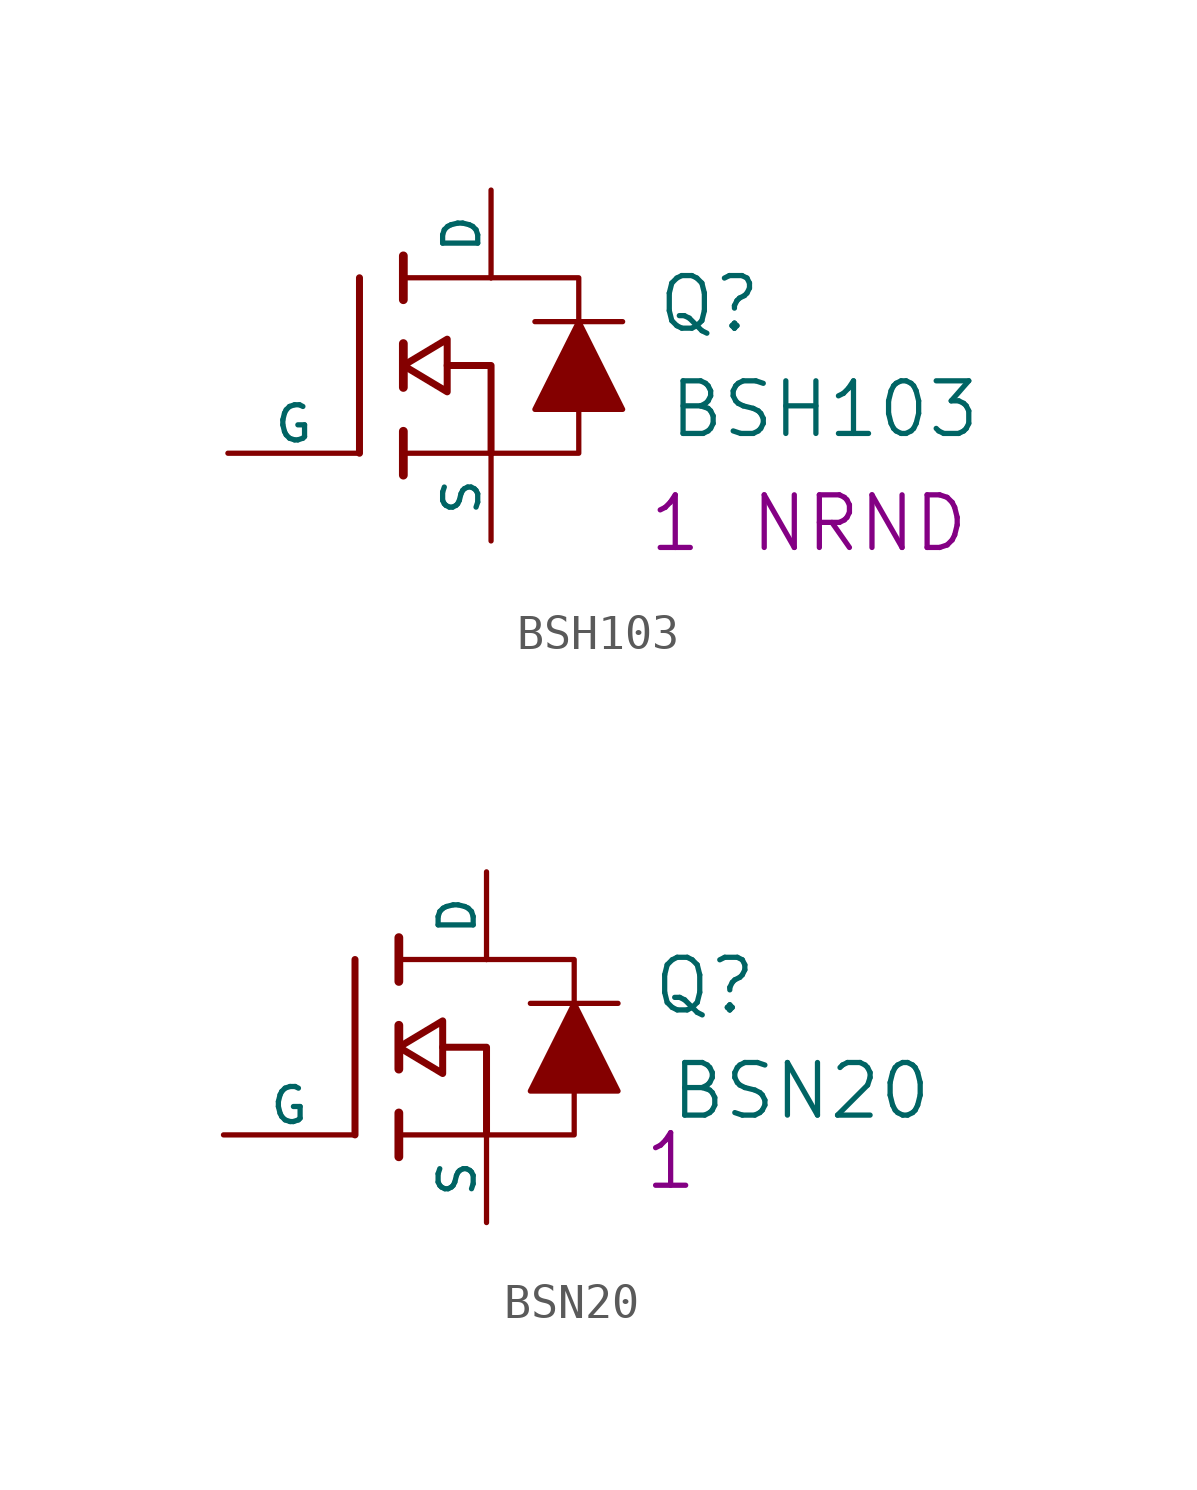
<source format=kicad_sym>
(kicad_symbol_lib
  (version 20201005)
  (generator kicad_symbol_editor)
  (symbol "S_Transistor:BSH103"
    (pin_numbers hide)
    (pin_names
      (offset 0))
    (property "Reference" "Q"
      (at 15.494 4.318 0)
      (effects (font (size 1.524 1.524)) (justify right)))
    (property "Value" "BSH103"
      (at 21.844 1.27 0)
      (effects (font (size 1.524 1.524)) (justify right)))
    (property "Qty" "1"
      (at 12.954 -2.032 0)
      (effects (font (size 1.524 1.524))))
    (property "Desc1" "NRND"
      (at 18.288 -2.032 0)
      (effects (font (size 1.524 1.524))))
    (symbol "BSH103_0_1"
      (polyline (pts (xy 3.81 0) (xy 3.81 5.08)) (stroke (width 0.203)) (fill (type none)))
      (polyline (pts (xy 5.08 -0.635) (xy 5.08 0.635)) (stroke (width 0.254)) (fill (type none)))
      (polyline (pts (xy 5.08 1.905) (xy 5.08 3.175)) (stroke (width 0.254)) (fill (type none)))
      (polyline (pts (xy 5.08 4.445) (xy 5.08 5.715)) (stroke (width 0.254)) (fill (type none)))
      (polyline (pts (xy 7.62 0) (xy 5.08 0)) (stroke (width 0)) (fill (type none)))
      (polyline (pts (xy 7.62 5.08) (xy 5.08 5.08)) (stroke (width 0)) (fill (type none)))
      (polyline (pts (xy 8.89 3.81) (xy 11.43 3.81)) (stroke (width 0)) (fill (type none)))
      (polyline (pts (xy 7.62 0) (xy 7.62 2.54) (xy 6.35 2.54)) (stroke (width 0.203)) (fill (type none)))
      (polyline (pts (xy 7.62 0) (xy 10.16 0) (xy 10.16 1.27)) (stroke (width 0)) (fill (type none)))
      (polyline (pts (xy 10.16 3.81) (xy 10.16 5.08) (xy 7.62 5.08)) (stroke (width 0)) (fill (type none)))
      (polyline (pts (xy 10.16 3.81) (xy 8.89 1.27) (xy 11.43 1.27) (xy 10.16 3.81)) (stroke (width 0)) (fill (type outline)))
      (polyline (pts (xy 6.35 3.302) (xy 6.35 1.778) (xy 5.08 2.54) (xy 6.35 3.302) (xy 6.35 3.302)) (stroke (width 0.203)) (fill (type none))))
    (symbol "BSH103_1_1"
      (pin passive line (at 0 0 0) (length 3.81) (name "G" (effects (font (size 1.016 1.016)))) (number "1" (effects (font (size 1.016 1.016)))))
      (pin passive line (at 7.62 -2.54 90) (length 2.54) (name "S" (effects (font (size 1.016 1.016)))) (number "2" (effects (font (size 1.016 1.016)))))
      (pin passive line (at 7.62 7.62 270) (length 2.54) (name "D" (effects (font (size 1.016 1.016)))) (number "3" (effects (font (size 1.016 1.016)))))))
  (symbol "S_Transistor:BSN20"
    (pin_numbers hide)
    (pin_names
      (offset 0))
    (property "Reference" "Q"
      (at 15.494 4.318 0)
      (effects (font (size 1.524 1.524)) (justify right)))
    (property "Value" "BSN20"
      (at 20.574 1.27 0)
      (effects (font (size 1.524 1.524)) (justify right)))
    (property "Qty" "1"
      (at 12.954 -0.762 0)
      (effects (font (size 1.524 1.524))))
    (symbol "BSN20_0_1"
      (polyline (pts (xy 3.81 0) (xy 3.81 5.08)) (stroke (width 0.203)) (fill (type none)))
      (polyline (pts (xy 5.08 -0.635) (xy 5.08 0.635)) (stroke (width 0.254)) (fill (type none)))
      (polyline (pts (xy 5.08 1.905) (xy 5.08 3.175)) (stroke (width 0.254)) (fill (type none)))
      (polyline (pts (xy 5.08 4.445) (xy 5.08 5.715)) (stroke (width 0.254)) (fill (type none)))
      (polyline (pts (xy 7.62 0) (xy 5.08 0)) (stroke (width 0)) (fill (type none)))
      (polyline (pts (xy 7.62 5.08) (xy 5.08 5.08)) (stroke (width 0)) (fill (type none)))
      (polyline (pts (xy 8.89 3.81) (xy 11.43 3.81)) (stroke (width 0)) (fill (type none)))
      (polyline (pts (xy 7.62 0) (xy 7.62 2.54) (xy 6.35 2.54)) (stroke (width 0.203)) (fill (type none)))
      (polyline (pts (xy 7.62 0) (xy 10.16 0) (xy 10.16 1.27)) (stroke (width 0)) (fill (type none)))
      (polyline (pts (xy 10.16 3.81) (xy 10.16 5.08) (xy 7.62 5.08)) (stroke (width 0)) (fill (type none)))
      (polyline (pts (xy 10.16 3.81) (xy 8.89 1.27) (xy 11.43 1.27) (xy 10.16 3.81)) (stroke (width 0)) (fill (type outline)))
      (polyline (pts (xy 6.35 3.302) (xy 6.35 1.778) (xy 5.08 2.54) (xy 6.35 3.302) (xy 6.35 3.302)) (stroke (width 0.203)) (fill (type none))))
    (symbol "BSN20_1_1"
      (pin passive line (at 0 0 0) (length 3.81) (name "G" (effects (font (size 1.016 1.016)))) (number "1" (effects (font (size 1.016 1.016)))))
      (pin passive line (at 7.62 -2.54 90) (length 2.54) (name "S" (effects (font (size 1.016 1.016)))) (number "2" (effects (font (size 1.016 1.016)))))
      (pin passive line (at 7.62 7.62 270) (length 2.54) (name "D" (effects (font (size 1.016 1.016)))) (number "3" (effects (font (size 1.016 1.016))))))))
</source>
